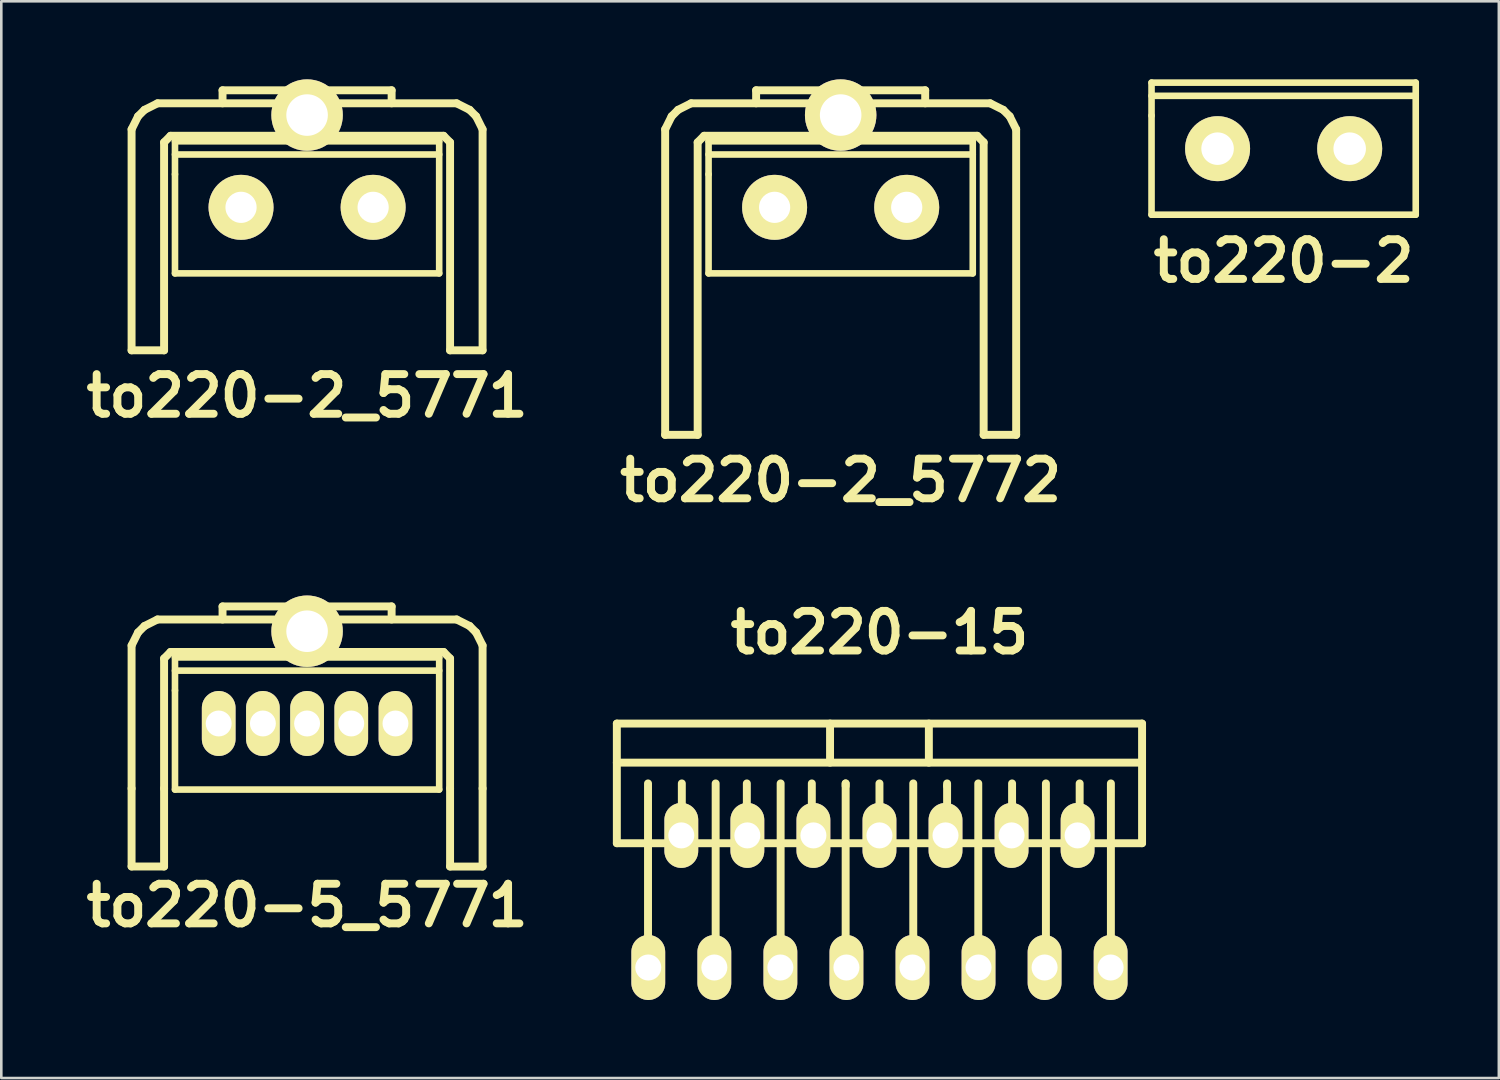
<source format=kicad_pcb>
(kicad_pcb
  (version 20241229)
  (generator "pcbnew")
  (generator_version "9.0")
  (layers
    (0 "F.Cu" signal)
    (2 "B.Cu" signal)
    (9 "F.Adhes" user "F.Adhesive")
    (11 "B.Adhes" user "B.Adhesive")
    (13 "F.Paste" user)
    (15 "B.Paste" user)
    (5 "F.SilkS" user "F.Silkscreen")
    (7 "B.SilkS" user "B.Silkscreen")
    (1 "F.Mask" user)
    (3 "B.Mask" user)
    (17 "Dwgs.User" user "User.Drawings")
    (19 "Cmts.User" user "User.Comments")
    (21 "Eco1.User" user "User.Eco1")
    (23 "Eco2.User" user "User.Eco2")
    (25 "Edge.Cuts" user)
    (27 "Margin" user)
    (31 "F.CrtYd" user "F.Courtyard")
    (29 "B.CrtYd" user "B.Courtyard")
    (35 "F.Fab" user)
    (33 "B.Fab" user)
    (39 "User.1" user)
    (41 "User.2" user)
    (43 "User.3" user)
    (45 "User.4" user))
  (footprint "to220-5_5771"
    (layer "F.Cu")
    (at 8.759 24.772)
    (property "Reference" "to220-5_5771" (at 0 6.998 0) (layer "F.SilkS") (effects (font (size 1.524 1.524) (thickness 0.305))))
    (attr through_hole)
    (fp_line (start -6.749 -3) (end -6.5 -3.5) (stroke (width 0.305) (type solid)) (layer "F.SilkS"))
    (fp_line (start -6.749 2.499) (end -6.749 -3) (stroke (width 0.305) (type solid)) (layer "F.SilkS"))
    (fp_line (start -6.749 2.499) (end -6.749 5.499) (stroke (width 0.305) (type solid)) (layer "F.SilkS"))
    (fp_line (start -6.5 -3.5) (end -6.251 -3.749) (stroke (width 0.305) (type solid)) (layer "F.SilkS"))
    (fp_line (start -6.251 -3.749) (end -5.751 -4) (stroke (width 0.305) (type solid)) (layer "F.SilkS"))
    (fp_line (start -5.499 -2.499) (end -5.25 -2.751) (stroke (width 0.305) (type solid)) (layer "F.SilkS"))
    (fp_line (start -5.499 2.499) (end -5.499 -2.499) (stroke (width 0.305) (type solid)) (layer "F.SilkS"))
    (fp_line (start -5.499 2.499) (end -5.499 5.499) (stroke (width 0.305) (type solid)) (layer "F.SilkS"))
    (fp_line (start -5.499 5.499) (end -6.749 5.499) (stroke (width 0.305) (type solid)) (layer "F.SilkS"))
    (fp_line (start -5.25 -2.751) (end 5.25 -2.751) (stroke (width 0.305) (type solid)) (layer "F.SilkS"))
    (fp_line (start -5.08 -2.54) (end -5.08 -1.27) (stroke (width 0.254) (type solid)) (layer "F.SilkS"))
    (fp_line (start -5.08 -2.032) (end 5.08 -2.032) (stroke (width 0.254) (type solid)) (layer "F.SilkS"))
    (fp_line (start -5.08 -1.27) (end -5.08 2.54) (stroke (width 0.254) (type solid)) (layer "F.SilkS"))
    (fp_line (start -5.08 2.54) (end 5.08 2.54) (stroke (width 0.254) (type solid)) (layer "F.SilkS"))
    (fp_line (start -3.251 -4.501) (end 3.251 -4.501) (stroke (width 0.305) (type solid)) (layer "F.SilkS"))
    (fp_line (start -3.251 -4) (end -3.251 -4.501) (stroke (width 0.305) (type solid)) (layer "F.SilkS"))
    (fp_line (start 3.251 -4.501) (end 3.251 -4) (stroke (width 0.305) (type solid)) (layer "F.SilkS"))
    (fp_line (start 5.08 -2.54) (end -5.08 -2.54) (stroke (width 0.254) (type solid)) (layer "F.SilkS"))
    (fp_line (start 5.08 2.54) (end 5.08 -2.54) (stroke (width 0.254) (type solid)) (layer "F.SilkS"))
    (fp_line (start 5.25 -2.751) (end 5.499 -2.499) (stroke (width 0.305) (type solid)) (layer "F.SilkS"))
    (fp_line (start 5.499 2.499) (end 5.499 -2.499) (stroke (width 0.305) (type solid)) (layer "F.SilkS"))
    (fp_line (start 5.499 2.499) (end 5.499 5.499) (stroke (width 0.305) (type solid)) (layer "F.SilkS"))
    (fp_line (start 5.751 -4) (end -5.751 -4) (stroke (width 0.305) (type solid)) (layer "F.SilkS"))
    (fp_line (start 5.751 -4) (end 6.251 -3.749) (stroke (width 0.305) (type solid)) (layer "F.SilkS"))
    (fp_line (start 6.251 -3.749) (end 6.5 -3.5) (stroke (width 0.305) (type solid)) (layer "F.SilkS"))
    (fp_line (start 6.5 -3.5) (end 6.749 -3) (stroke (width 0.305) (type solid)) (layer "F.SilkS"))
    (fp_line (start 6.749 2.499) (end 6.749 -3) (stroke (width 0.305) (type solid)) (layer "F.SilkS"))
    (fp_line (start 6.749 2.499) (end 6.749 5.499) (stroke (width 0.305) (type solid)) (layer "F.SilkS"))
    (fp_line (start 6.749 5.502) (end 5.499 5.502) (stroke (width 0.305) (type solid)) (layer "F.SilkS"))
    (pad "" thru_hole circle (at 0 -3.548) (size 2.748 2.748) (drill 1.598) (layers "*.Cu" "*.Mask" "F.SilkS"))
    (pad "1" thru_hole oval (at 3.399 0) (size 1.295 2.499) (drill 0.996) (layers "*.Cu" "*.Mask" "F.SilkS"))
    (pad "2" thru_hole oval (at 1.699 0) (size 1.295 2.499) (drill 0.996) (layers "*.Cu" "*.Mask" "F.SilkS"))
    (pad "3" thru_hole oval (at 0 0) (size 1.298 2.499) (drill 0.998) (layers "*.Cu" "*.Mask" "F.SilkS"))
    (pad "4" thru_hole oval (at -1.699 0) (size 1.295 2.499) (drill 0.996) (layers "*.Cu" "*.Mask" "F.SilkS"))
    (pad "5" thru_hole oval (at -3.399 0) (size 1.295 2.499) (drill 0.996) (layers "*.Cu" "*.Mask" "F.SilkS")))
  (footprint "to220-2"
    (layer "F.Cu")
    (at 46.313 2.667)
    (property "Reference" "to220-2" (at 0 4.318 0) (layer "F.SilkS") (effects (font (size 1.524 1.524) (thickness 0.305))))
    (attr through_hole)
    (fp_line (start -5.08 -2.54) (end -5.08 -1.27) (stroke (width 0.254) (type solid)) (layer "F.SilkS"))
    (fp_line (start -5.08 -2.032) (end 5.08 -2.032) (stroke (width 0.254) (type solid)) (layer "F.SilkS"))
    (fp_line (start -5.08 -1.27) (end -5.08 2.54) (stroke (width 0.254) (type solid)) (layer "F.SilkS"))
    (fp_line (start -5.08 2.54) (end 5.08 2.54) (stroke (width 0.254) (type solid)) (layer "F.SilkS"))
    (fp_line (start 5.08 -2.54) (end -5.08 -2.54) (stroke (width 0.254) (type solid)) (layer "F.SilkS"))
    (fp_line (start 5.08 2.54) (end 5.08 -2.54) (stroke (width 0.254) (type solid)) (layer "F.SilkS"))
    (pad "1" thru_hole circle (at 2.54 0) (size 2.499 2.499) (drill 1.25) (layers "*.Cu" "*.Mask" "F.SilkS"))
    (pad "2" thru_hole circle (at -2.54 0) (size 2.499 2.499) (drill 1.25) (layers "*.Cu" "*.Mask" "F.SilkS")))
  (footprint "to220-15"
    (layer "F.Cu")
    (at 30.77 29.076)
    (property "Reference" "to220-15" (at 0 -7.8 0) (layer "F.SilkS") (effects (font (size 1.524 1.524) (thickness 0.305))))
    (attr through_hole)
    (fp_line (start -10.099 -4.3) (end -10.099 0.3) (stroke (width 0.305) (type solid)) (layer "F.SilkS"))
    (fp_line (start -10.099 0.3) (end 10.099 0.3) (stroke (width 0.305) (type solid)) (layer "F.SilkS"))
    (fp_line (start -8.9 5.1) (end -8.9 -1.999) (stroke (width 0.305) (type solid)) (layer "F.SilkS"))
    (fp_line (start -7.6 0) (end -7.6 -1.999) (stroke (width 0.305) (type solid)) (layer "F.SilkS"))
    (fp_line (start -6.299 5.1) (end -6.299 -1.999) (stroke (width 0.305) (type solid)) (layer "F.SilkS"))
    (fp_line (start -5.1 0) (end -5.1 -1.999) (stroke (width 0.305) (type solid)) (layer "F.SilkS"))
    (fp_line (start -3.8 5.1) (end -3.8 -1.999) (stroke (width 0.305) (type solid)) (layer "F.SilkS"))
    (fp_line (start -2.601 0) (end -2.601 -1.999) (stroke (width 0.305) (type solid)) (layer "F.SilkS"))
    (fp_line (start -1.9 -2.799) (end -1.9 -4.3) (stroke (width 0.305) (type solid)) (layer "F.SilkS"))
    (fp_line (start -1.3 -1.999) (end -1.3 -1.9) (stroke (width 0.305) (type solid)) (layer "F.SilkS"))
    (fp_line (start -1.3 5.1) (end -1.3 -1.999) (stroke (width 0.305) (type solid)) (layer "F.SilkS"))
    (fp_line (start 0 0) (end 0 -1.999) (stroke (width 0.305) (type solid)) (layer "F.SilkS"))
    (fp_line (start 1.3 5.1) (end 1.3 -1.999) (stroke (width 0.305) (type solid)) (layer "F.SilkS"))
    (fp_line (start 1.9 -4.3) (end 1.9 -2.799) (stroke (width 0.305) (type solid)) (layer "F.SilkS"))
    (fp_line (start 2.601 -1.9) (end 2.601 -1.999) (stroke (width 0.305) (type solid)) (layer "F.SilkS"))
    (fp_line (start 2.601 0) (end 2.601 -1.9) (stroke (width 0.305) (type solid)) (layer "F.SilkS"))
    (fp_line (start 3.8 5.1) (end 3.8 -1.999) (stroke (width 0.305) (type solid)) (layer "F.SilkS"))
    (fp_line (start 5.1 0) (end 5.1 -1.999) (stroke (width 0.305) (type solid)) (layer "F.SilkS"))
    (fp_line (start 6.401 5.1) (end 6.401 -1.999) (stroke (width 0.305) (type solid)) (layer "F.SilkS"))
    (fp_line (start 7.699 0) (end 7.699 -1.999) (stroke (width 0.305) (type solid)) (layer "F.SilkS"))
    (fp_line (start 8.9 5.1) (end 8.9 -1.999) (stroke (width 0.305) (type solid)) (layer "F.SilkS"))
    (fp_line (start 10.099 -4.3) (end -10.099 -4.3) (stroke (width 0.305) (type solid)) (layer "F.SilkS"))
    (fp_line (start 10.099 -2.799) (end -10.099 -2.799) (stroke (width 0.305) (type solid)) (layer "F.SilkS"))
    (fp_line (start 10.099 0.3) (end 10.099 -4.3) (stroke (width 0.305) (type solid)) (layer "F.SilkS"))
    (pad "1" thru_hole oval (at -8.89 5.08) (size 1.3 2.499) (drill 1.001) (layers "*.Cu" "*.Mask" "F.SilkS"))
    (pad "2" thru_hole oval (at -7.62 0) (size 1.3 2.499) (drill 1.001) (layers "*.Cu" "*.Mask" "F.SilkS"))
    (pad "3" thru_hole oval (at -6.35 5.08) (size 1.3 2.499) (drill 1.001) (layers "*.Cu" "*.Mask" "F.SilkS"))
    (pad "4" thru_hole oval (at -5.08 0) (size 1.3 2.499) (drill 1.001) (layers "*.Cu" "*.Mask" "F.SilkS"))
    (pad "5" thru_hole oval (at -3.81 5.08) (size 1.3 2.499) (drill 1.001) (layers "*.Cu" "*.Mask" "F.SilkS"))
    (pad "6" thru_hole oval (at -2.54 0) (size 1.3 2.499) (drill 1.001) (layers "*.Cu" "*.Mask" "F.SilkS"))
    (pad "7" thru_hole oval (at -1.27 5.08) (size 1.3 2.499) (drill 1.001) (layers "*.Cu" "*.Mask" "F.SilkS"))
    (pad "8" thru_hole oval (at 0 0) (size 1.3 2.499) (drill 1.001) (layers "*.Cu" "*.Mask" "F.SilkS"))
    (pad "9" thru_hole oval (at 1.27 5.08) (size 1.3 2.499) (drill 1.001) (layers "*.Cu" "*.Mask" "F.SilkS"))
    (pad "10" thru_hole oval (at 2.54 0) (size 1.3 2.499) (drill 1.001) (layers "*.Cu" "*.Mask" "F.SilkS"))
    (pad "11" thru_hole oval (at 3.81 5.08) (size 1.3 2.499) (drill 1.001) (layers "*.Cu" "*.Mask" "F.SilkS"))
    (pad "12" thru_hole oval (at 5.08 0) (size 1.3 2.499) (drill 1.001) (layers "*.Cu" "*.Mask" "F.SilkS"))
    (pad "13" thru_hole oval (at 6.35 5.08) (size 1.3 2.499) (drill 1.001) (layers "*.Cu" "*.Mask" "F.SilkS"))
    (pad "14" thru_hole oval (at 7.62 0) (size 1.3 2.499) (drill 1.001) (layers "*.Cu" "*.Mask" "F.SilkS"))
    (pad "15" thru_hole oval (at 8.89 5.08) (size 1.3 2.499) (drill 1.001) (layers "*.Cu" "*.Mask" "F.SilkS")))
  (footprint "to220-2_5771"
    (layer "F.Cu")
    (at 8.759 4.923)
    (property "Reference" "to220-2_5771" (at 0 7.249 0) (layer "F.SilkS") (effects (font (size 1.524 1.524) (thickness 0.305))))
    (attr through_hole)
    (fp_line (start -6.749 -3) (end -6.749 5.499) (stroke (width 0.305) (type solid)) (layer "F.SilkS"))
    (fp_line (start -6.749 -3) (end -6.5 -3.5) (stroke (width 0.305) (type solid)) (layer "F.SilkS"))
    (fp_line (start -6.5 -3.5) (end -6.251 -3.749) (stroke (width 0.305) (type solid)) (layer "F.SilkS"))
    (fp_line (start -6.251 -3.749) (end -5.751 -4) (stroke (width 0.305) (type solid)) (layer "F.SilkS"))
    (fp_line (start -5.499 -2.499) (end -5.25 -2.751) (stroke (width 0.305) (type solid)) (layer "F.SilkS"))
    (fp_line (start -5.499 5.499) (end -6.749 5.499) (stroke (width 0.305) (type solid)) (layer "F.SilkS"))
    (fp_line (start -5.499 5.499) (end -5.499 -2.499) (stroke (width 0.305) (type solid)) (layer "F.SilkS"))
    (fp_line (start -5.25 -2.751) (end 5.25 -2.751) (stroke (width 0.305) (type solid)) (layer "F.SilkS"))
    (fp_line (start -5.08 -2.54) (end -5.08 -1.27) (stroke (width 0.254) (type solid)) (layer "F.SilkS"))
    (fp_line (start -5.08 -2.032) (end 5.08 -2.032) (stroke (width 0.254) (type solid)) (layer "F.SilkS"))
    (fp_line (start -5.08 -1.27) (end -5.08 2.54) (stroke (width 0.254) (type solid)) (layer "F.SilkS"))
    (fp_line (start -5.08 2.54) (end 5.08 2.54) (stroke (width 0.254) (type solid)) (layer "F.SilkS"))
    (fp_line (start -3.251 -4.501) (end 3.251 -4.501) (stroke (width 0.305) (type solid)) (layer "F.SilkS"))
    (fp_line (start -3.251 -4) (end -3.251 -4.501) (stroke (width 0.305) (type solid)) (layer "F.SilkS"))
    (fp_line (start 3.251 -4.501) (end 3.251 -4) (stroke (width 0.305) (type solid)) (layer "F.SilkS"))
    (fp_line (start 5.08 -2.54) (end -5.08 -2.54) (stroke (width 0.254) (type solid)) (layer "F.SilkS"))
    (fp_line (start 5.08 2.54) (end 5.08 -2.54) (stroke (width 0.254) (type solid)) (layer "F.SilkS"))
    (fp_line (start 5.25 -2.751) (end 5.499 -2.499) (stroke (width 0.305) (type solid)) (layer "F.SilkS"))
    (fp_line (start 5.499 5.499) (end 5.499 -2.499) (stroke (width 0.305) (type solid)) (layer "F.SilkS"))
    (fp_line (start 5.751 -4) (end -5.751 -4) (stroke (width 0.305) (type solid)) (layer "F.SilkS"))
    (fp_line (start 5.751 -4) (end 6.251 -3.749) (stroke (width 0.305) (type solid)) (layer "F.SilkS"))
    (fp_line (start 6.251 -3.749) (end 6.5 -3.5) (stroke (width 0.305) (type solid)) (layer "F.SilkS"))
    (fp_line (start 6.5 -3.5) (end 6.749 -3) (stroke (width 0.305) (type solid)) (layer "F.SilkS"))
    (fp_line (start 6.749 -3) (end 6.749 5.499) (stroke (width 0.305) (type solid)) (layer "F.SilkS"))
    (fp_line (start 6.749 5.499) (end 5.499 5.499) (stroke (width 0.305) (type solid)) (layer "F.SilkS"))
    (pad "" thru_hole circle (at 0 -3.548) (size 2.748 2.748) (drill 1.598) (layers "*.Cu" "*.Mask" "F.SilkS"))
    (pad "1" thru_hole circle (at 2.54 0) (size 2.499 2.499) (drill 1.199) (layers "*.Cu" "*.Mask" "F.SilkS"))
    (pad "2" thru_hole circle (at -2.54 0) (size 2.499 2.499) (drill 1.199) (layers "*.Cu" "*.Mask" "F.SilkS")))
  (footprint "to220-2_5772"
    (layer "F.Cu")
    (at 29.278 4.923)
    (property "Reference" "to220-2_5772" (at 0 10.5 0) (layer "F.SilkS") (effects (font (size 1.524 1.524) (thickness 0.305))))
    (attr through_hole)
    (fp_line (start -6.749 -3) (end -6.749 8.75) (stroke (width 0.305) (type solid)) (layer "F.SilkS"))
    (fp_line (start -6.749 -3) (end -6.5 -3.5) (stroke (width 0.305) (type solid)) (layer "F.SilkS"))
    (fp_line (start -6.5 -3.5) (end -6.251 -3.749) (stroke (width 0.305) (type solid)) (layer "F.SilkS"))
    (fp_line (start -6.251 -3.749) (end -5.751 -4) (stroke (width 0.305) (type solid)) (layer "F.SilkS"))
    (fp_line (start -5.499 -2.499) (end -5.25 -2.751) (stroke (width 0.305) (type solid)) (layer "F.SilkS"))
    (fp_line (start -5.499 8.75) (end -6.749 8.75) (stroke (width 0.305) (type solid)) (layer "F.SilkS"))
    (fp_line (start -5.499 8.75) (end -5.499 -2.499) (stroke (width 0.305) (type solid)) (layer "F.SilkS"))
    (fp_line (start -5.25 -2.751) (end 5.25 -2.751) (stroke (width 0.305) (type solid)) (layer "F.SilkS"))
    (fp_line (start -5.08 -2.54) (end -5.08 -1.27) (stroke (width 0.254) (type solid)) (layer "F.SilkS"))
    (fp_line (start -5.08 -2.032) (end 5.08 -2.032) (stroke (width 0.254) (type solid)) (layer "F.SilkS"))
    (fp_line (start -5.08 -1.27) (end -5.08 2.54) (stroke (width 0.254) (type solid)) (layer "F.SilkS"))
    (fp_line (start -5.08 2.54) (end 5.08 2.54) (stroke (width 0.254) (type solid)) (layer "F.SilkS"))
    (fp_line (start -3.251 -4.501) (end 3.251 -4.501) (stroke (width 0.305) (type solid)) (layer "F.SilkS"))
    (fp_line (start -3.251 -4) (end -3.251 -4.501) (stroke (width 0.305) (type solid)) (layer "F.SilkS"))
    (fp_line (start 3.251 -4.501) (end 3.251 -4) (stroke (width 0.305) (type solid)) (layer "F.SilkS"))
    (fp_line (start 5.08 -2.54) (end -5.08 -2.54) (stroke (width 0.254) (type solid)) (layer "F.SilkS"))
    (fp_line (start 5.08 2.54) (end 5.08 -2.54) (stroke (width 0.254) (type solid)) (layer "F.SilkS"))
    (fp_line (start 5.25 -2.751) (end 5.499 -2.499) (stroke (width 0.305) (type solid)) (layer "F.SilkS"))
    (fp_line (start 5.499 -2.499) (end 5.499 8.75) (stroke (width 0.305) (type solid)) (layer "F.SilkS"))
    (fp_line (start 5.751 -4) (end -5.751 -4) (stroke (width 0.305) (type solid)) (layer "F.SilkS"))
    (fp_line (start 5.751 -4) (end 6.251 -3.749) (stroke (width 0.305) (type solid)) (layer "F.SilkS"))
    (fp_line (start 6.251 -3.749) (end 6.5 -3.5) (stroke (width 0.305) (type solid)) (layer "F.SilkS"))
    (fp_line (start 6.5 -3.5) (end 6.749 -3) (stroke (width 0.305) (type solid)) (layer "F.SilkS"))
    (fp_line (start 6.749 -3) (end 6.749 8.75) (stroke (width 0.305) (type solid)) (layer "F.SilkS"))
    (fp_line (start 6.749 8.75) (end 5.499 8.75) (stroke (width 0.305) (type solid)) (layer "F.SilkS"))
    (pad "" thru_hole circle (at 0 -3.548) (size 2.748 2.748) (drill 1.598) (layers "*.Cu" "*.Mask" "F.SilkS"))
    (pad "1" thru_hole circle (at 2.54 0) (size 2.499 2.499) (drill 1.199) (layers "*.Cu" "*.Mask" "F.SilkS"))
    (pad "2" thru_hole circle (at -2.54 0) (size 2.499 2.499) (drill 1.199) (layers "*.Cu" "*.Mask" "F.SilkS")))
  (gr_rect
    (start -3 -3)
    (end 54.589 38.406)
    (stroke (width 0.1) (type default))
    (fill no)
    (layer "Edge.Cuts")))
</source>
